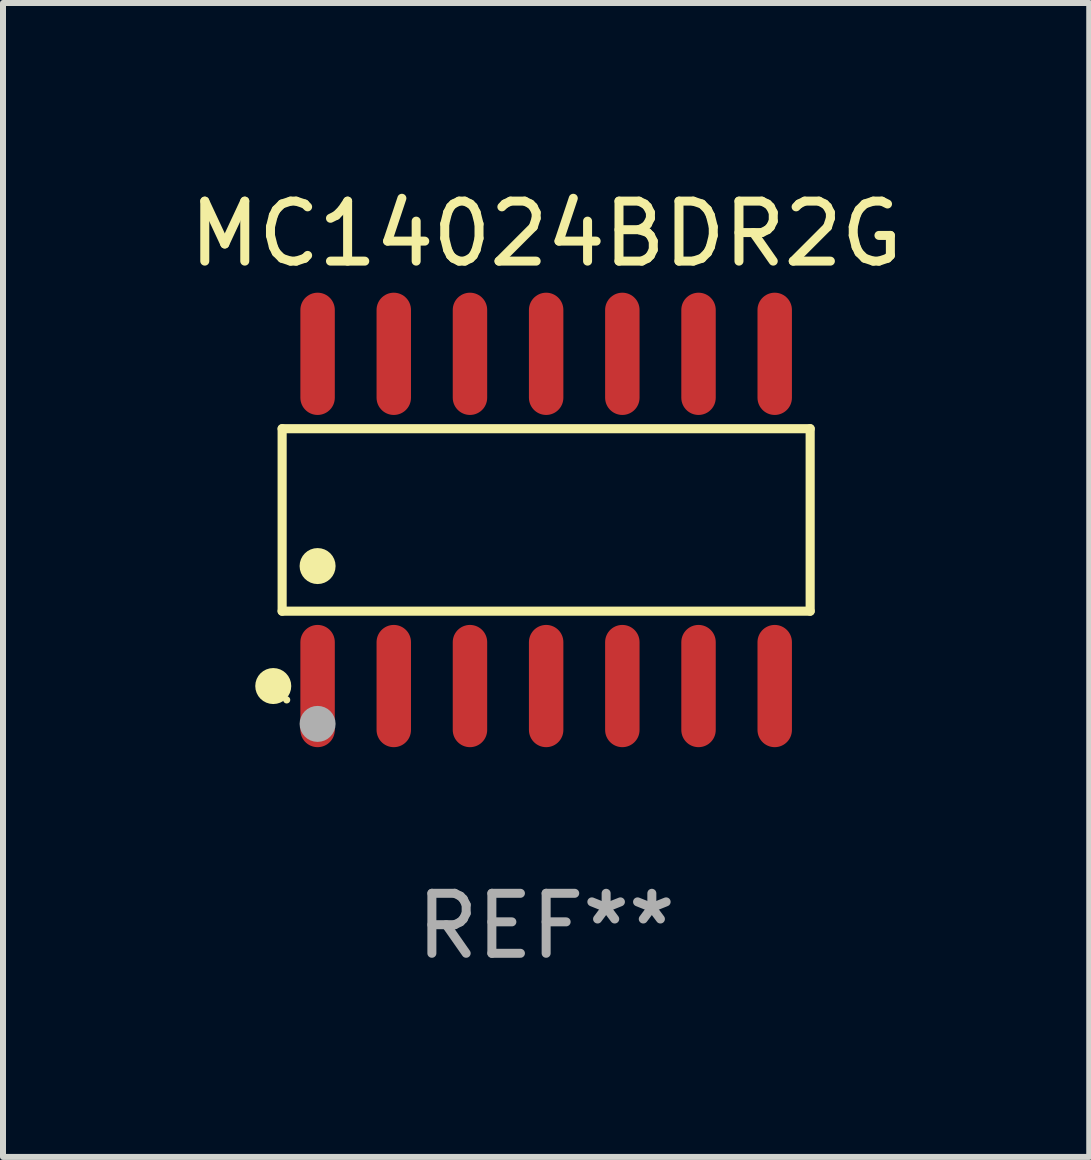
<source format=kicad_pcb>
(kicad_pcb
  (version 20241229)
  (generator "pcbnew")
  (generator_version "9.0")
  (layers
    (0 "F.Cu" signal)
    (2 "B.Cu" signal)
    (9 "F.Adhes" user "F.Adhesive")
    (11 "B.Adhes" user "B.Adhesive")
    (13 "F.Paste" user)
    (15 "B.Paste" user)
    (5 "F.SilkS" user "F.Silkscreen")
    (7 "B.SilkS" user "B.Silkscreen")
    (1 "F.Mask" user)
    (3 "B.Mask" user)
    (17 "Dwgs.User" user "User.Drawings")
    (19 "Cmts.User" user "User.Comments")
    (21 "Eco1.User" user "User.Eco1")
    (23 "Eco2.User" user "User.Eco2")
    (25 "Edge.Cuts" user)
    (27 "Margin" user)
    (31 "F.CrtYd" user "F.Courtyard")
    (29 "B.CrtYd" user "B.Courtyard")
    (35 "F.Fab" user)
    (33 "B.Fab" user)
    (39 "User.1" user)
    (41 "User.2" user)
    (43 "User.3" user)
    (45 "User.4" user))
  (footprint "MC14024BDR2G"
    (layer "F.Cu")
    (at 6.054 5.617)
    (property "Reference" "MC14024BDR2G" (at 0 -4.769 0) (layer "F.SilkS") (effects (font (size 1 1) (thickness 0.15))))
    (attr through_hole)
    (fp_line (start -4.401 -1.521) (end 4.401 -1.521) (stroke (width 0.152) (type solid)) (layer "F.SilkS"))
    (fp_line (start -4.401 1.521) (end -4.401 -1.521) (stroke (width 0.152) (type solid)) (layer "F.SilkS"))
    (fp_line (start 4.401 -1.521) (end 4.401 1.521) (stroke (width 0.152) (type solid)) (layer "F.SilkS"))
    (fp_line (start 4.401 1.521) (end -4.401 1.521) (stroke (width 0.152) (type solid)) (layer "F.SilkS"))
    (fp_circle (center -4.549 2.769) (end -4.399 2.769) (stroke (width 0.3) (type solid)) (fill no) (layer "F.SilkS"))
    (fp_circle (center -4.325 3) (end -4.295 3) (stroke (width 0.06) (type solid)) (fill no) (layer "F.SilkS"))
    (fp_circle (center -3.81 0.769) (end -3.66 0.769) (stroke (width 0.3) (type solid)) (fill no) (layer "F.SilkS"))
    (fp_circle (center -3.81 3.4) (end -3.66 3.4) (stroke (width 0.3) (type solid)) (fill no) (layer "F.Fab"))
    (fp_text user "REF**" (at 0 6.769 0) (layer "F.Fab") (effects (font (size 1 1) (thickness 0.15))))
    (pad "1" smd oval (at -3.81 2.769) (size 0.574 2.038) (layers "F.Cu" "F.Mask" "F.Paste"))
    (pad "2" smd oval (at -2.54 2.769) (size 0.574 2.038) (layers "F.Cu" "F.Mask" "F.Paste"))
    (pad "3" smd oval (at -1.27 2.769) (size 0.574 2.038) (layers "F.Cu" "F.Mask" "F.Paste"))
    (pad "4" smd oval (at 0 2.769) (size 0.574 2.038) (layers "F.Cu" "F.Mask" "F.Paste"))
    (pad "5" smd oval (at 1.27 2.769) (size 0.574 2.038) (layers "F.Cu" "F.Mask" "F.Paste"))
    (pad "6" smd oval (at 2.54 2.769) (size 0.574 2.038) (layers "F.Cu" "F.Mask" "F.Paste"))
    (pad "7" smd oval (at 3.81 2.769) (size 0.574 2.038) (layers "F.Cu" "F.Mask" "F.Paste"))
    (pad "8" smd oval (at 3.81 -2.769) (size 0.574 2.038) (layers "F.Cu" "F.Mask" "F.Paste"))
    (pad "9" smd oval (at 2.54 -2.769) (size 0.574 2.038) (layers "F.Cu" "F.Mask" "F.Paste"))
    (pad "10" smd oval (at 1.27 -2.769) (size 0.574 2.038) (layers "F.Cu" "F.Mask" "F.Paste"))
    (pad "11" smd oval (at 0 -2.769) (size 0.574 2.038) (layers "F.Cu" "F.Mask" "F.Paste"))
    (pad "12" smd oval (at -1.27 -2.769) (size 0.574 2.038) (layers "F.Cu" "F.Mask" "F.Paste"))
    (pad "13" smd oval (at -2.54 -2.769) (size 0.574 2.038) (layers "F.Cu" "F.Mask" "F.Paste"))
    (pad "14" smd oval (at -3.81 -2.769) (size 0.574 2.038) (layers "F.Cu" "F.Mask" "F.Paste")))
  (gr_rect
    (start -3 -3)
    (end 15.107 16.235)
    (stroke (width 0.1) (type default))
    (fill no)
    (layer "Edge.Cuts")))
</source>
